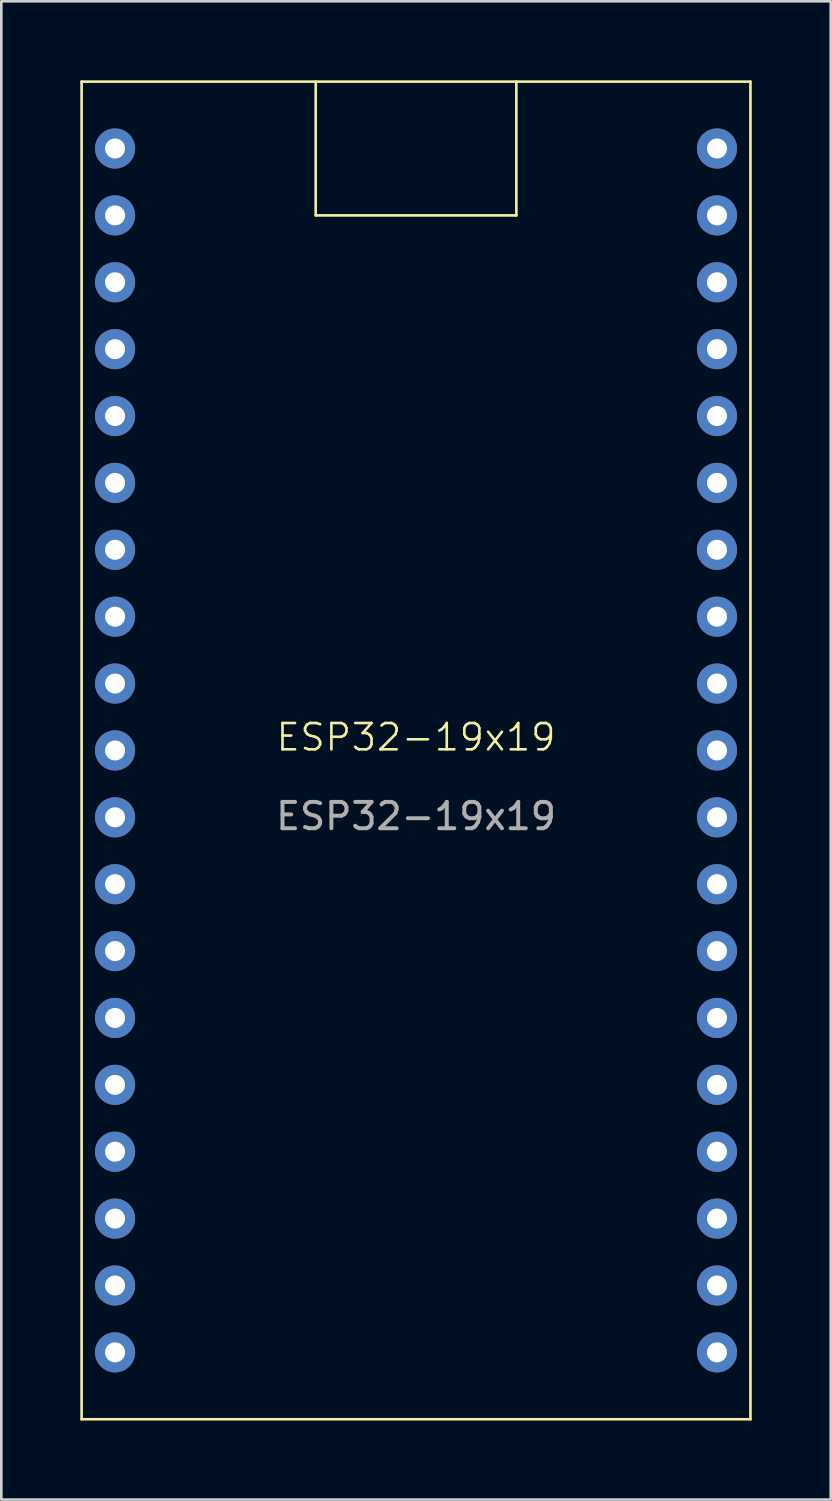
<source format=kicad_pcb>
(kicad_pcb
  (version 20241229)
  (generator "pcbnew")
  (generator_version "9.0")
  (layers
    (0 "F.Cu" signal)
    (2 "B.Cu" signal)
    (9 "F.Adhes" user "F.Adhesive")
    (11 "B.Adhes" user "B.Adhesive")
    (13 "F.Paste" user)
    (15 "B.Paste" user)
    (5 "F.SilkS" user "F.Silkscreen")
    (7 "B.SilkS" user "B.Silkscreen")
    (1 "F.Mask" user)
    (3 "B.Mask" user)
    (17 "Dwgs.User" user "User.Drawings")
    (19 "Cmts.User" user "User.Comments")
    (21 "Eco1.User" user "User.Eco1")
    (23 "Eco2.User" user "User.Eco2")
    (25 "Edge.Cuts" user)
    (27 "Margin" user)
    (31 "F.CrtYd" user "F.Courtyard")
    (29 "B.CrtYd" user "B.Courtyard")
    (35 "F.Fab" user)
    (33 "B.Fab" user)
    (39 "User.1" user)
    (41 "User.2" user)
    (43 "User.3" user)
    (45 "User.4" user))
  (footprint "ESP32-19x19"
    (layer "F.Cu")
    (at 12.75 25.45)
    (property "Reference" "ESP32-19x19" (at 0 -0.5 0) (unlocked yes) (layer "F.SilkS") (effects (font (size 1 1) (thickness 0.1))))
    (attr through_hole)
    (fp_line (start -12.7 -25.4) (end -12.7 25.4) (stroke (width 0.1) (type default)) (layer "F.SilkS"))
    (fp_line (start -12.7 25.4) (end 12.7 25.4) (stroke (width 0.1) (type default)) (layer "F.SilkS"))
    (fp_line (start -3.81 -25.4) (end -3.81 -20.32) (stroke (width 0.1) (type default)) (layer "F.SilkS"))
    (fp_line (start -3.81 -20.32) (end 3.81 -20.32) (stroke (width 0.1) (type default)) (layer "F.SilkS"))
    (fp_line (start 3.81 -20.32) (end 3.81 -25.4) (stroke (width 0.1) (type default)) (layer "F.SilkS"))
    (fp_line (start 12.7 -25.4) (end -12.7 -25.4) (stroke (width 0.1) (type default)) (layer "F.SilkS"))
    (fp_line (start 12.7 25.4) (end 12.7 -25.4) (stroke (width 0.1) (type default)) (layer "F.SilkS"))
    (fp_text user "${REFERENCE}" (at 0 2.5 0) (unlocked yes) (layer "F.Fab") (effects (font (size 1 1) (thickness 0.15))))
    (pad "1" thru_hole circle (at -11.43 -22.86) (size 1.524 1.524) (drill 0.762) (layers "*.Cu" "*.Mask"))
    (pad "2" thru_hole circle (at -11.43 -20.32) (size 1.524 1.524) (drill 0.762) (layers "*.Cu" "*.Mask"))
    (pad "3" thru_hole circle (at -11.43 -17.78) (size 1.524 1.524) (drill 0.762) (layers "*.Cu" "*.Mask"))
    (pad "4" thru_hole circle (at -11.43 -15.24) (size 1.524 1.524) (drill 0.762) (layers "*.Cu" "*.Mask"))
    (pad "5" thru_hole circle (at -11.43 -12.7) (size 1.524 1.524) (drill 0.762) (layers "*.Cu" "*.Mask"))
    (pad "6" thru_hole circle (at -11.43 -10.16) (size 1.524 1.524) (drill 0.762) (layers "*.Cu" "*.Mask"))
    (pad "7" thru_hole circle (at -11.43 -7.62) (size 1.524 1.524) (drill 0.762) (layers "*.Cu" "*.Mask"))
    (pad "8" thru_hole circle (at -11.43 -5.08) (size 1.524 1.524) (drill 0.762) (layers "*.Cu" "*.Mask"))
    (pad "9" thru_hole circle (at -11.43 -2.54) (size 1.524 1.524) (drill 0.762) (layers "*.Cu" "*.Mask"))
    (pad "10" thru_hole circle (at -11.43 0) (size 1.524 1.524) (drill 0.762) (layers "*.Cu" "*.Mask"))
    (pad "11" thru_hole circle (at -11.43 2.54) (size 1.524 1.524) (drill 0.762) (layers "*.Cu" "*.Mask"))
    (pad "12" thru_hole circle (at -11.43 5.08) (size 1.524 1.524) (drill 0.762) (layers "*.Cu" "*.Mask"))
    (pad "13" thru_hole circle (at -11.43 7.62) (size 1.524 1.524) (drill 0.762) (layers "*.Cu" "*.Mask"))
    (pad "14" thru_hole circle (at -11.43 10.16) (size 1.524 1.524) (drill 0.762) (layers "*.Cu" "*.Mask"))
    (pad "15" thru_hole circle (at -11.43 12.7) (size 1.524 1.524) (drill 0.762) (layers "*.Cu" "*.Mask"))
    (pad "16" thru_hole circle (at -11.43 15.24) (size 1.524 1.524) (drill 0.762) (layers "*.Cu" "*.Mask"))
    (pad "17" thru_hole circle (at -11.43 17.78) (size 1.524 1.524) (drill 0.762) (layers "*.Cu" "*.Mask"))
    (pad "18" thru_hole circle (at -11.43 20.32) (size 1.524 1.524) (drill 0.762) (layers "*.Cu" "*.Mask"))
    (pad "19" thru_hole circle (at -11.43 22.86) (size 1.524 1.524) (drill 0.762) (layers "*.Cu" "*.Mask"))
    (pad "20" thru_hole circle (at 11.43 22.86) (size 1.524 1.524) (drill 0.762) (layers "*.Cu" "*.Mask"))
    (pad "21" thru_hole circle (at 11.43 20.32) (size 1.524 1.524) (drill 0.762) (layers "*.Cu" "*.Mask"))
    (pad "22" thru_hole circle (at 11.43 17.78) (size 1.524 1.524) (drill 0.762) (layers "*.Cu" "*.Mask"))
    (pad "23" thru_hole circle (at 11.43 15.24) (size 1.524 1.524) (drill 0.762) (layers "*.Cu" "*.Mask"))
    (pad "24" thru_hole circle (at 11.43 12.7) (size 1.524 1.524) (drill 0.762) (layers "*.Cu" "*.Mask"))
    (pad "25" thru_hole circle (at 11.43 10.16) (size 1.524 1.524) (drill 0.762) (layers "*.Cu" "*.Mask"))
    (pad "26" thru_hole circle (at 11.43 7.62) (size 1.524 1.524) (drill 0.762) (layers "*.Cu" "*.Mask"))
    (pad "27" thru_hole circle (at 11.43 5.08) (size 1.524 1.524) (drill 0.762) (layers "*.Cu" "*.Mask"))
    (pad "28" thru_hole circle (at 11.43 2.54) (size 1.524 1.524) (drill 0.762) (layers "*.Cu" "*.Mask"))
    (pad "29" thru_hole circle (at 11.43 0) (size 1.524 1.524) (drill 0.762) (layers "*.Cu" "*.Mask"))
    (pad "30" thru_hole circle (at 11.43 -2.54) (size 1.524 1.524) (drill 0.762) (layers "*.Cu" "*.Mask"))
    (pad "31" thru_hole circle (at 11.43 -5.08) (size 1.524 1.524) (drill 0.762) (layers "*.Cu" "*.Mask"))
    (pad "32" thru_hole circle (at 11.43 -7.62) (size 1.524 1.524) (drill 0.762) (layers "*.Cu" "*.Mask"))
    (pad "33" thru_hole circle (at 11.43 -10.16) (size 1.524 1.524) (drill 0.762) (layers "*.Cu" "*.Mask"))
    (pad "34" thru_hole circle (at 11.43 -12.7) (size 1.524 1.524) (drill 0.762) (layers "*.Cu" "*.Mask"))
    (pad "35" thru_hole circle (at 11.43 -15.24) (size 1.524 1.524) (drill 0.762) (layers "*.Cu" "*.Mask"))
    (pad "36" thru_hole circle (at 11.43 -17.78) (size 1.524 1.524) (drill 0.762) (layers "*.Cu" "*.Mask"))
    (pad "37" thru_hole circle (at 11.43 -20.32) (size 1.524 1.524) (drill 0.762) (layers "*.Cu" "*.Mask"))
    (pad "38" thru_hole circle (at 11.43 -22.86) (size 1.524 1.524) (drill 0.762) (layers "*.Cu" "*.Mask")))
  (gr_rect
    (start -3 -3)
    (end 28.5 53.9)
    (stroke (width 0.1) (type default))
    (fill no)
    (layer "Edge.Cuts")))
</source>
